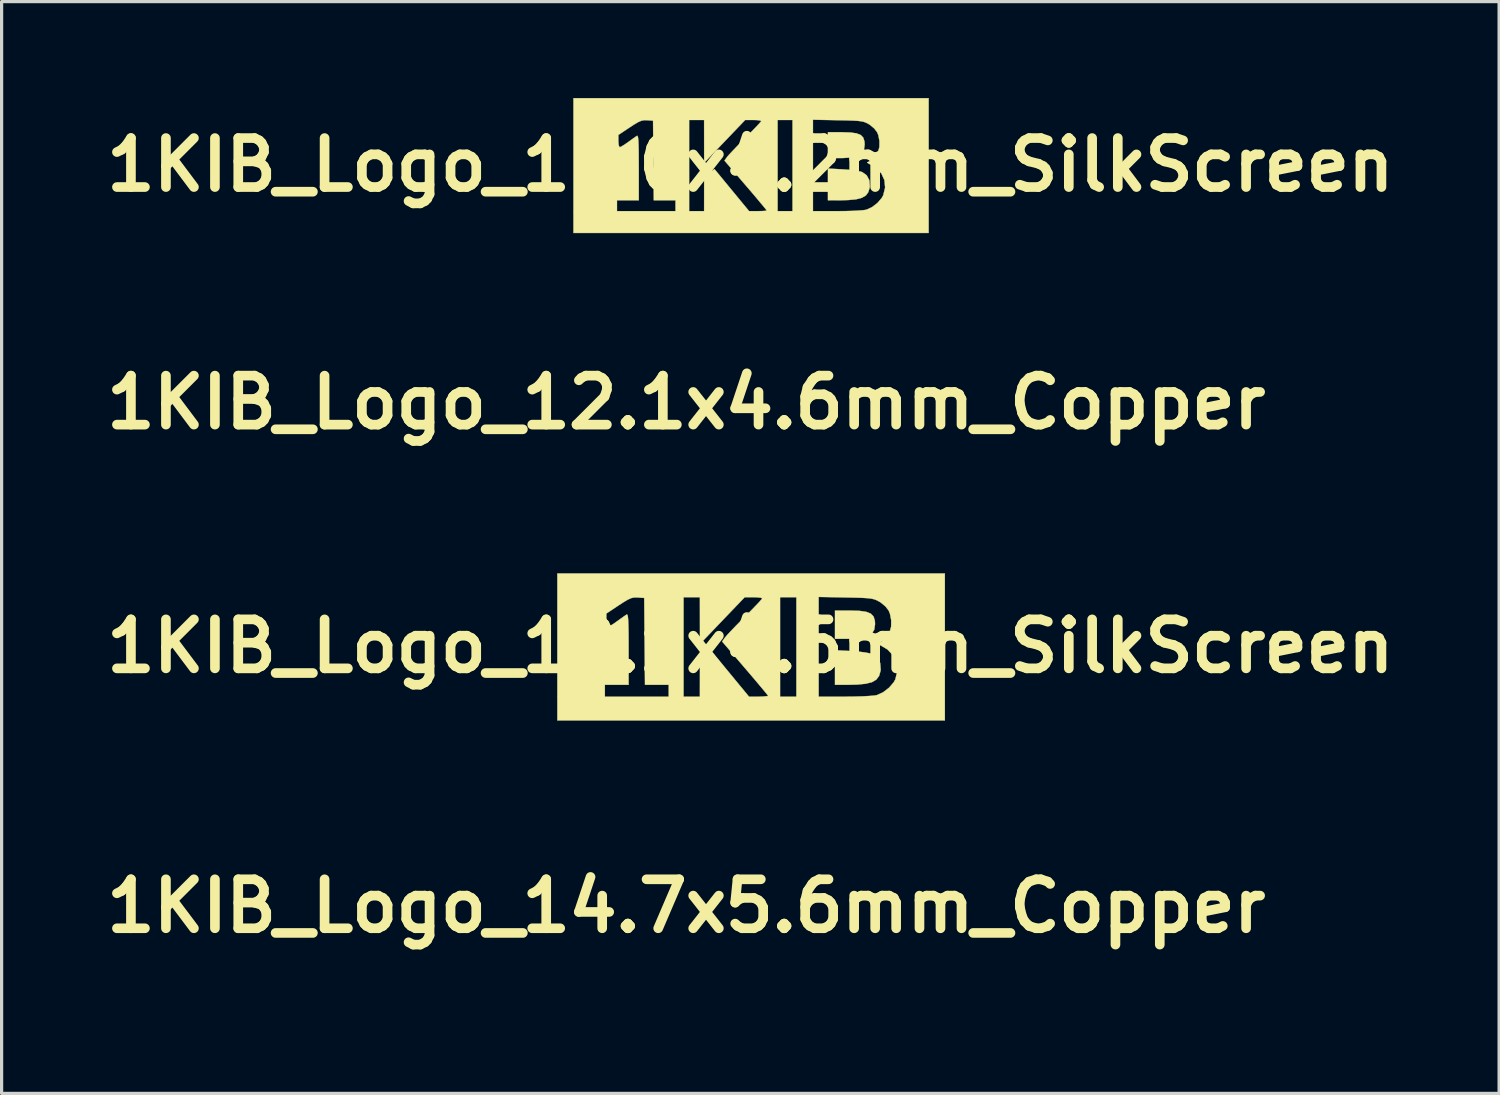
<source format=kicad_pcb>
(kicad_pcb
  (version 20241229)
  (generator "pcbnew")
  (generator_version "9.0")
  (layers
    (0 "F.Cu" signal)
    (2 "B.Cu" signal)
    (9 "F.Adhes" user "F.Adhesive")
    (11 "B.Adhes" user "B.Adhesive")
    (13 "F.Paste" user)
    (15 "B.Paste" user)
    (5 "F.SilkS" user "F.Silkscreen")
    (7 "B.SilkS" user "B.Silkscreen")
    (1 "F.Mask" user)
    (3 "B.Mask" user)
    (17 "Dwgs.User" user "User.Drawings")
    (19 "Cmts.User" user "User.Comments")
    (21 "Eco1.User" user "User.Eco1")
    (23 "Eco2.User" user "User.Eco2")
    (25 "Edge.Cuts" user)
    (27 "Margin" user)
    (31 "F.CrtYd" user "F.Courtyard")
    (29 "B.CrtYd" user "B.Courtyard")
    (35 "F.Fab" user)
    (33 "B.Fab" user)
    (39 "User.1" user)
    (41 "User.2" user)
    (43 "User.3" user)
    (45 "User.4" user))
  (footprint "1KIB_Logo_12.1x4.6mm_Copper"
    (layer "F.Cu")
    (at 18.295 9.469)
    (property "Reference" "1KIB_Logo_12.1x4.6mm_Copper" (at 0 0 0) (layer "F.SilkS") (effects (font (size 1.524 1.524) (thickness 0.3))))
    (attr through_hole)
    (fp_poly (pts (xy 3.389 -1.1) (xy 3.602 -1.07) (xy 3.746 -1.013) (xy 3.833 -0.923) (xy 3.873 -0.793) (xy 3.879 -0.686) (xy 3.854 -0.515) (xy 3.774 -0.389) (xy 3.631 -0.302) (xy 3.416 -0.251) (xy 3.123 -0.232) (xy 3.049 -0.231) (xy 2.632 -0.231) (xy 2.632 -1.108) (xy 3.096 -1.108) (xy 3.389 -1.1)) (stroke (width 0.01) (type solid)) (fill yes) (layer "F.Mask"))
    (fp_poly (pts (xy 3.133 0.151) (xy 3.358 0.168) (xy 3.564 0.194) (xy 3.725 0.224) (xy 3.795 0.245) (xy 3.949 0.355) (xy 4.038 0.522) (xy 4.054 0.731) (xy 4.048 0.772) (xy 4.004 0.924) (xy 3.919 1.038) (xy 3.784 1.118) (xy 3.587 1.168) (xy 3.319 1.194) (xy 3.06 1.2) (xy 2.632 1.201) (xy 2.632 0.125) (xy 3.133 0.151)) (stroke (width 0.01) (type solid)) (fill yes) (layer "F.Mask"))
    (fp_poly (pts (xy 6.05 2.309) (xy -6.004 2.309) (xy -6.004 1.201) (xy -4.526 1.201) (xy -4.526 1.57) (xy -2.54 1.57) (xy -2.54 1.201) (xy -3.278 1.201) (xy -3.302 -1.501) (xy -3.504 -1.515) (xy -3.607 -1.517) (xy -3.701 -1.498) (xy -3.809 -1.45) (xy -3.953 -1.364) (xy -4.093 -1.273) (xy -4.48 -1.015) (xy -4.48 -0.808) (xy -4.47 -0.684) (xy -4.446 -0.61) (xy -4.431 -0.6) (xy -4.372 -0.626) (xy -4.263 -0.693) (xy -4.143 -0.777) (xy -4.009 -0.874) (xy -3.899 -0.951) (xy -3.845 -0.987) (xy -3.826 -0.98) (xy -3.811 -0.928) (xy -3.801 -0.823) (xy -3.794 -0.655) (xy -3.789 -0.417) (xy -3.787 -0.099) (xy -3.787 0.09) (xy -3.787 1.201) (xy -4.526 1.201) (xy -6.004 1.201) (xy -6.004 -1.524) (xy -2.078 -1.524) (xy -2.078 1.57) (xy -1.57 1.57) (xy -1.568 0.393) (xy -1.392 0.268) (xy -1.217 0.144) (xy -0.042 1.57) (xy 0.256 1.57) (xy 0.408 1.567) (xy 0.516 1.559) (xy 0.554 1.547) (xy 0.525 1.507) (xy 0.445 1.407) (xy 0.32 1.257) (xy 0.16 1.067) (xy -0.027 0.847) (xy -0.162 0.689) (xy -0.878 -0.146) (xy -0.789 -0.269) (xy -0.726 -0.344) (xy -0.61 -0.468) (xy -0.456 -0.629) (xy -0.276 -0.811) (xy -0.165 -0.923) (xy 0.015 -1.103) (xy 0.168 -1.261) (xy 0.286 -1.386) (xy 0.355 -1.466) (xy 0.369 -1.489) (xy 0.328 -1.507) (xy 0.219 -1.52) (xy 0.097 -1.524) (xy 0.924 -1.524) (xy 0.924 1.57) (xy 1.432 1.57) (xy 2.124 1.57) (xy 2.944 1.57) (xy 3.224 1.567) (xy 3.483 1.56) (xy 3.703 1.548) (xy 3.865 1.534) (xy 3.938 1.521) (xy 4.13 1.433) (xy 4.315 1.291) (xy 4.46 1.122) (xy 4.51 1.03) (xy 4.573 0.77) (xy 4.55 0.519) (xy 4.446 0.293) (xy 4.268 0.104) (xy 4.087 -0.005) (xy 3.993 -0.055) (xy 3.961 -0.086) (xy 3.975 -0.091) (xy 4.056 -0.127) (xy 4.162 -0.218) (xy 4.266 -0.338) (xy 4.335 -0.447) (xy 4.379 -0.609) (xy 4.381 -0.809) (xy 4.343 -1.008) (xy 4.302 -1.109) (xy 4.201 -1.239) (xy 4.055 -1.36) (xy 4.013 -1.385) (xy 3.936 -1.427) (xy 3.86 -1.457) (xy 3.77 -1.479) (xy 3.65 -1.494) (xy 3.484 -1.504) (xy 3.256 -1.511) (xy 2.967 -1.517) (xy 2.124 -1.533) (xy 2.124 1.57) (xy 1.432 1.57) (xy 1.432 -1.524) (xy 0.924 -1.524) (xy 0.097 -1.524) (xy -0.176 -1.524) (xy -0.872 -0.797) (xy -1.568 -0.069) (xy -1.569 -0.797) (xy -1.57 -1.524) (xy -2.078 -1.524) (xy -6.004 -1.524) (xy -6.004 -2.263) (xy 6.05 -2.263) (xy 6.05 2.309)) (stroke (width 0.01) (type solid)) (fill yes) (layer "F.Mask")))
  (footprint "1KIB_Logo_14.7x5.6mm_Copper"
    (layer "F.Cu")
    (at 18.295 25.136)
    (property "Reference" "1KIB_Logo_14.7x5.6mm_Copper" (at 0 0 0) (layer "F.SilkS") (effects (font (size 1.524 1.524) (thickness 0.3))))
    (attr through_hole)
    (fp_poly (pts (xy 4.143 -1.344) (xy 4.403 -1.308) (xy 4.579 -1.238) (xy 4.685 -1.128) (xy 4.734 -0.97) (xy 4.741 -0.838) (xy 4.711 -0.63) (xy 4.613 -0.475) (xy 4.438 -0.369) (xy 4.176 -0.307) (xy 3.817 -0.283) (xy 3.727 -0.282) (xy 3.217 -0.282) (xy 3.217 -1.355) (xy 3.785 -1.355) (xy 4.143 -1.344)) (stroke (width 0.01) (type solid)) (fill yes) (layer "F.Mask"))
    (fp_poly (pts (xy 3.83 0.185) (xy 4.104 0.206) (xy 4.356 0.237) (xy 4.553 0.273) (xy 4.638 0.299) (xy 4.827 0.434) (xy 4.935 0.638) (xy 4.954 0.893) (xy 4.948 0.943) (xy 4.893 1.129) (xy 4.79 1.268) (xy 4.625 1.366) (xy 4.385 1.428) (xy 4.056 1.459) (xy 3.739 1.466) (xy 3.217 1.468) (xy 3.217 0.152) (xy 3.83 0.185)) (stroke (width 0.01) (type solid)) (fill yes) (layer "F.Mask"))
    (fp_poly (pts (xy 7.394 2.822) (xy -7.338 2.822) (xy -7.338 1.468) (xy -5.532 1.468) (xy -5.532 1.919) (xy -3.104 1.919) (xy -3.104 1.468) (xy -4.006 1.468) (xy -4.021 -0.183) (xy -4.036 -1.834) (xy -4.283 -1.852) (xy -4.408 -1.854) (xy -4.523 -1.831) (xy -4.655 -1.773) (xy -4.831 -1.668) (xy -5.003 -1.555) (xy -5.475 -1.241) (xy -5.475 -0.987) (xy -5.463 -0.836) (xy -5.434 -0.745) (xy -5.416 -0.734) (xy -5.343 -0.765) (xy -5.21 -0.847) (xy -5.063 -0.949) (xy -4.899 -1.068) (xy -4.766 -1.162) (xy -4.699 -1.206) (xy -4.676 -1.198) (xy -4.658 -1.134) (xy -4.645 -1.006) (xy -4.636 -0.801) (xy -4.631 -0.51) (xy -4.629 -0.121) (xy -4.628 0.11) (xy -4.628 1.468) (xy -5.532 1.468) (xy -7.338 1.468) (xy -7.338 -1.863) (xy -2.54 -1.863) (xy -2.54 1.919) (xy -1.919 1.919) (xy -1.918 1.199) (xy -1.917 0.48) (xy -1.702 0.328) (xy -1.487 0.176) (xy -0.769 1.048) (xy -0.052 1.919) (xy 0.313 1.919) (xy 0.499 1.915) (xy 0.63 1.905) (xy 0.677 1.891) (xy 0.642 1.842) (xy 0.543 1.72) (xy 0.391 1.537) (xy 0.195 1.304) (xy -0.033 1.035) (xy -0.198 0.842) (xy -1.074 -0.179) (xy -0.964 -0.329) (xy -0.887 -0.42) (xy -0.746 -0.572) (xy -0.557 -0.769) (xy -0.338 -0.992) (xy -0.201 -1.128) (xy 0.018 -1.348) (xy 0.206 -1.542) (xy 0.349 -1.694) (xy 0.434 -1.792) (xy 0.452 -1.819) (xy 0.4 -1.842) (xy 0.267 -1.858) (xy 0.118 -1.863) (xy 1.129 -1.863) (xy 1.129 1.919) (xy 1.75 1.919) (xy 2.596 1.919) (xy 3.598 1.919) (xy 3.94 1.915) (xy 4.257 1.906) (xy 4.526 1.892) (xy 4.724 1.875) (xy 4.813 1.859) (xy 5.048 1.752) (xy 5.273 1.577) (xy 5.451 1.371) (xy 5.512 1.259) (xy 5.589 0.941) (xy 5.561 0.635) (xy 5.434 0.358) (xy 5.216 0.127) (xy 4.995 -0.006) (xy 4.88 -0.067) (xy 4.841 -0.105) (xy 4.858 -0.112) (xy 4.958 -0.156) (xy 5.087 -0.266) (xy 5.213 -0.413) (xy 5.299 -0.547) (xy 5.352 -0.744) (xy 5.355 -0.989) (xy 5.308 -1.232) (xy 5.258 -1.356) (xy 5.134 -1.515) (xy 4.956 -1.662) (xy 4.905 -1.693) (xy 4.811 -1.744) (xy 4.718 -1.781) (xy 4.608 -1.807) (xy 4.461 -1.825) (xy 4.258 -1.838) (xy 3.98 -1.847) (xy 3.627 -1.854) (xy 2.596 -1.873) (xy 2.596 1.919) (xy 1.75 1.919) (xy 1.75 -1.863) (xy 1.129 -1.863) (xy 0.118 -1.863) (xy -0.215 -1.863) (xy -1.916 -0.085) (xy -1.918 -0.974) (xy -1.919 -1.863) (xy -2.54 -1.863) (xy -7.338 -1.863) (xy -7.338 -2.766) (xy 7.394 -2.766) (xy 7.394 2.822)) (stroke (width 0.01) (type solid)) (fill yes) (layer "F.Mask")))
  (footprint "1KIB_Logo_11.0x4.2mm_SilkScreen"
    (layer "F.Cu")
    (at 20.291 2.079)
    (property "Reference" "1KIB_Logo_11.0x4.2mm_SilkScreen" (at 0 0 0) (layer "F.SilkS") (effects (font (size 1.524 1.524) (thickness 0.3))))
    (attr through_hole)
    (fp_poly (pts (xy 3.107 -1.008) (xy 3.302 -0.981) (xy 3.434 -0.929) (xy 3.513 -0.846) (xy 3.55 -0.727) (xy 3.556 -0.629) (xy 3.533 -0.472) (xy 3.46 -0.356) (xy 3.328 -0.277) (xy 3.132 -0.23) (xy 2.863 -0.212) (xy 2.795 -0.212) (xy 2.413 -0.212) (xy 2.413 -1.016) (xy 2.838 -1.016) (xy 3.107 -1.008)) (stroke (width 0.01) (type solid)) (fill yes) (layer "F.SilkS"))
    (fp_poly (pts (xy 2.872 0.139) (xy 3.078 0.154) (xy 3.267 0.178) (xy 3.415 0.205) (xy 3.479 0.224) (xy 3.62 0.326) (xy 3.701 0.479) (xy 3.716 0.67) (xy 3.711 0.707) (xy 3.67 0.847) (xy 3.593 0.951) (xy 3.469 1.024) (xy 3.288 1.071) (xy 3.042 1.094) (xy 2.805 1.1) (xy 2.413 1.101) (xy 2.413 0.114) (xy 2.872 0.139)) (stroke (width 0.01) (type solid)) (fill yes) (layer "F.SilkS"))
    (fp_poly (pts (xy 5.546 2.117) (xy -5.503 2.117) (xy -5.503 1.101) (xy -4.149 1.101) (xy -4.149 1.439) (xy -2.328 1.439) (xy -2.328 1.101) (xy -3.004 1.101) (xy -3.016 -0.138) (xy -3.027 -1.376) (xy -3.212 -1.389) (xy -3.306 -1.39) (xy -3.392 -1.373) (xy -3.491 -1.33) (xy -3.624 -1.251) (xy -3.752 -1.167) (xy -4.106 -0.931) (xy -4.106 -0.741) (xy -4.098 -0.627) (xy -4.075 -0.559) (xy -4.062 -0.55) (xy -4.007 -0.574) (xy -3.908 -0.635) (xy -3.798 -0.712) (xy -3.675 -0.801) (xy -3.574 -0.872) (xy -3.524 -0.905) (xy -3.507 -0.898) (xy -3.494 -0.851) (xy -3.484 -0.754) (xy -3.477 -0.601) (xy -3.473 -0.382) (xy -3.472 -0.091) (xy -3.471 0.082) (xy -3.471 1.101) (xy -4.149 1.101) (xy -5.503 1.101) (xy -5.503 -1.397) (xy -1.905 -1.397) (xy -1.905 1.439) (xy -1.439 1.439) (xy -1.438 0.9) (xy -1.438 0.36) (xy -1.276 0.246) (xy -1.115 0.132) (xy -0.577 0.786) (xy -0.039 1.439) (xy 0.235 1.439) (xy 0.374 1.436) (xy 0.473 1.429) (xy 0.508 1.418) (xy 0.482 1.382) (xy 0.408 1.29) (xy 0.293 1.153) (xy 0.147 0.978) (xy -0.025 0.776) (xy -0.149 0.632) (xy -0.805 -0.134) (xy -0.723 -0.247) (xy -0.665 -0.315) (xy -0.559 -0.429) (xy -0.418 -0.576) (xy -0.253 -0.744) (xy -0.151 -0.846) (xy 0.013 -1.011) (xy 0.154 -1.156) (xy 0.262 -1.271) (xy 0.325 -1.344) (xy 0.339 -1.365) (xy 0.3 -1.382) (xy 0.2 -1.394) (xy 0.089 -1.397) (xy 0.847 -1.397) (xy 0.847 1.439) (xy 1.312 1.439) (xy 1.947 1.439) (xy 2.699 1.439) (xy 2.955 1.437) (xy 3.193 1.43) (xy 3.394 1.419) (xy 3.543 1.406) (xy 3.61 1.394) (xy 3.786 1.314) (xy 3.955 1.183) (xy 4.088 1.028) (xy 4.134 0.944) (xy 4.192 0.706) (xy 4.171 0.476) (xy 4.076 0.268) (xy 3.912 0.095) (xy 3.747 -0.005) (xy 3.66 -0.051) (xy 3.631 -0.079) (xy 3.643 -0.084) (xy 3.718 -0.117) (xy 3.815 -0.2) (xy 3.91 -0.31) (xy 3.974 -0.41) (xy 4.014 -0.558) (xy 4.016 -0.742) (xy 3.981 -0.924) (xy 3.943 -1.017) (xy 3.851 -1.136) (xy 3.717 -1.247) (xy 3.679 -1.27) (xy 3.608 -1.308) (xy 3.539 -1.336) (xy 3.456 -1.355) (xy 3.346 -1.369) (xy 3.194 -1.378) (xy 2.985 -1.385) (xy 2.72 -1.39) (xy 1.947 -1.405) (xy 1.947 1.439) (xy 1.312 1.439) (xy 1.312 -1.397) (xy 0.847 -1.397) (xy 0.089 -1.397) (xy -0.161 -1.397) (xy -0.799 -0.73) (xy -1.437 -0.064) (xy -1.439 -1.397) (xy -1.905 -1.397) (xy -5.503 -1.397) (xy -5.503 -2.074) (xy 5.546 -2.074) (xy 5.546 2.117)) (stroke (width 0.01) (type solid)) (fill yes) (layer "F.SilkS")))
  (footprint "1KIB_Logo_12.1x4.6mm_SilkScreen"
    (layer "F.Cu")
    (at 20.291 17.051)
    (property "Reference" "1KIB_Logo_12.1x4.6mm_SilkScreen" (at 0 0 0) (layer "F.SilkS") (effects (font (size 1.524 1.524) (thickness 0.3))))
    (attr through_hole)
    (fp_poly (pts (xy 3.389 -1.1) (xy 3.602 -1.07) (xy 3.746 -1.013) (xy 3.833 -0.923) (xy 3.873 -0.793) (xy 3.879 -0.686) (xy 3.854 -0.515) (xy 3.774 -0.389) (xy 3.631 -0.302) (xy 3.416 -0.251) (xy 3.123 -0.232) (xy 3.049 -0.231) (xy 2.632 -0.231) (xy 2.632 -1.108) (xy 3.096 -1.108) (xy 3.389 -1.1)) (stroke (width 0.01) (type solid)) (fill yes) (layer "F.SilkS"))
    (fp_poly (pts (xy 3.133 0.151) (xy 3.358 0.168) (xy 3.564 0.194) (xy 3.725 0.224) (xy 3.795 0.245) (xy 3.949 0.355) (xy 4.038 0.522) (xy 4.054 0.731) (xy 4.048 0.772) (xy 4.004 0.924) (xy 3.919 1.038) (xy 3.784 1.118) (xy 3.587 1.168) (xy 3.319 1.194) (xy 3.06 1.2) (xy 2.632 1.201) (xy 2.632 0.125) (xy 3.133 0.151)) (stroke (width 0.01) (type solid)) (fill yes) (layer "F.SilkS"))
    (fp_poly (pts (xy 6.05 2.309) (xy -6.004 2.309) (xy -6.004 1.201) (xy -4.526 1.201) (xy -4.526 1.57) (xy -2.54 1.57) (xy -2.54 1.201) (xy -3.278 1.201) (xy -3.302 -1.501) (xy -3.504 -1.515) (xy -3.607 -1.517) (xy -3.701 -1.498) (xy -3.809 -1.45) (xy -3.953 -1.364) (xy -4.093 -1.273) (xy -4.48 -1.015) (xy -4.48 -0.808) (xy -4.47 -0.684) (xy -4.446 -0.61) (xy -4.431 -0.6) (xy -4.372 -0.626) (xy -4.263 -0.693) (xy -4.143 -0.777) (xy -4.009 -0.874) (xy -3.899 -0.951) (xy -3.845 -0.987) (xy -3.826 -0.98) (xy -3.811 -0.928) (xy -3.801 -0.823) (xy -3.794 -0.655) (xy -3.789 -0.417) (xy -3.787 -0.099) (xy -3.787 0.09) (xy -3.787 1.201) (xy -4.526 1.201) (xy -6.004 1.201) (xy -6.004 -1.524) (xy -2.078 -1.524) (xy -2.078 1.57) (xy -1.57 1.57) (xy -1.568 0.393) (xy -1.392 0.268) (xy -1.217 0.144) (xy -0.042 1.57) (xy 0.256 1.57) (xy 0.408 1.567) (xy 0.516 1.559) (xy 0.554 1.547) (xy 0.525 1.507) (xy 0.445 1.407) (xy 0.32 1.257) (xy 0.16 1.067) (xy -0.027 0.847) (xy -0.162 0.689) (xy -0.878 -0.146) (xy -0.789 -0.269) (xy -0.726 -0.344) (xy -0.61 -0.468) (xy -0.456 -0.629) (xy -0.276 -0.811) (xy -0.165 -0.923) (xy 0.015 -1.103) (xy 0.168 -1.261) (xy 0.286 -1.386) (xy 0.355 -1.466) (xy 0.369 -1.489) (xy 0.328 -1.507) (xy 0.219 -1.52) (xy 0.097 -1.524) (xy 0.924 -1.524) (xy 0.924 1.57) (xy 1.432 1.57) (xy 2.124 1.57) (xy 2.944 1.57) (xy 3.224 1.567) (xy 3.483 1.56) (xy 3.703 1.548) (xy 3.865 1.534) (xy 3.938 1.521) (xy 4.13 1.433) (xy 4.315 1.291) (xy 4.46 1.122) (xy 4.51 1.03) (xy 4.573 0.77) (xy 4.55 0.519) (xy 4.446 0.293) (xy 4.268 0.104) (xy 4.087 -0.005) (xy 3.993 -0.055) (xy 3.961 -0.086) (xy 3.975 -0.091) (xy 4.056 -0.127) (xy 4.162 -0.218) (xy 4.266 -0.338) (xy 4.335 -0.447) (xy 4.379 -0.609) (xy 4.381 -0.809) (xy 4.343 -1.008) (xy 4.302 -1.109) (xy 4.201 -1.239) (xy 4.055 -1.36) (xy 4.013 -1.385) (xy 3.936 -1.427) (xy 3.86 -1.457) (xy 3.77 -1.479) (xy 3.65 -1.494) (xy 3.484 -1.504) (xy 3.256 -1.511) (xy 2.967 -1.517) (xy 2.124 -1.533) (xy 2.124 1.57) (xy 1.432 1.57) (xy 1.432 -1.524) (xy 0.924 -1.524) (xy 0.097 -1.524) (xy -0.176 -1.524) (xy -0.872 -0.797) (xy -1.568 -0.069) (xy -1.569 -0.797) (xy -1.57 -1.524) (xy -2.078 -1.524) (xy -6.004 -1.524) (xy -6.004 -2.263) (xy 6.05 -2.263) (xy 6.05 2.309)) (stroke (width 0.01) (type solid)) (fill yes) (layer "F.SilkS")))
  (gr_rect
    (start -3 -3)
    (end 43.582 30.963)
    (stroke (width 0.1) (type default))
    (fill no)
    (layer "Edge.Cuts")))
</source>
